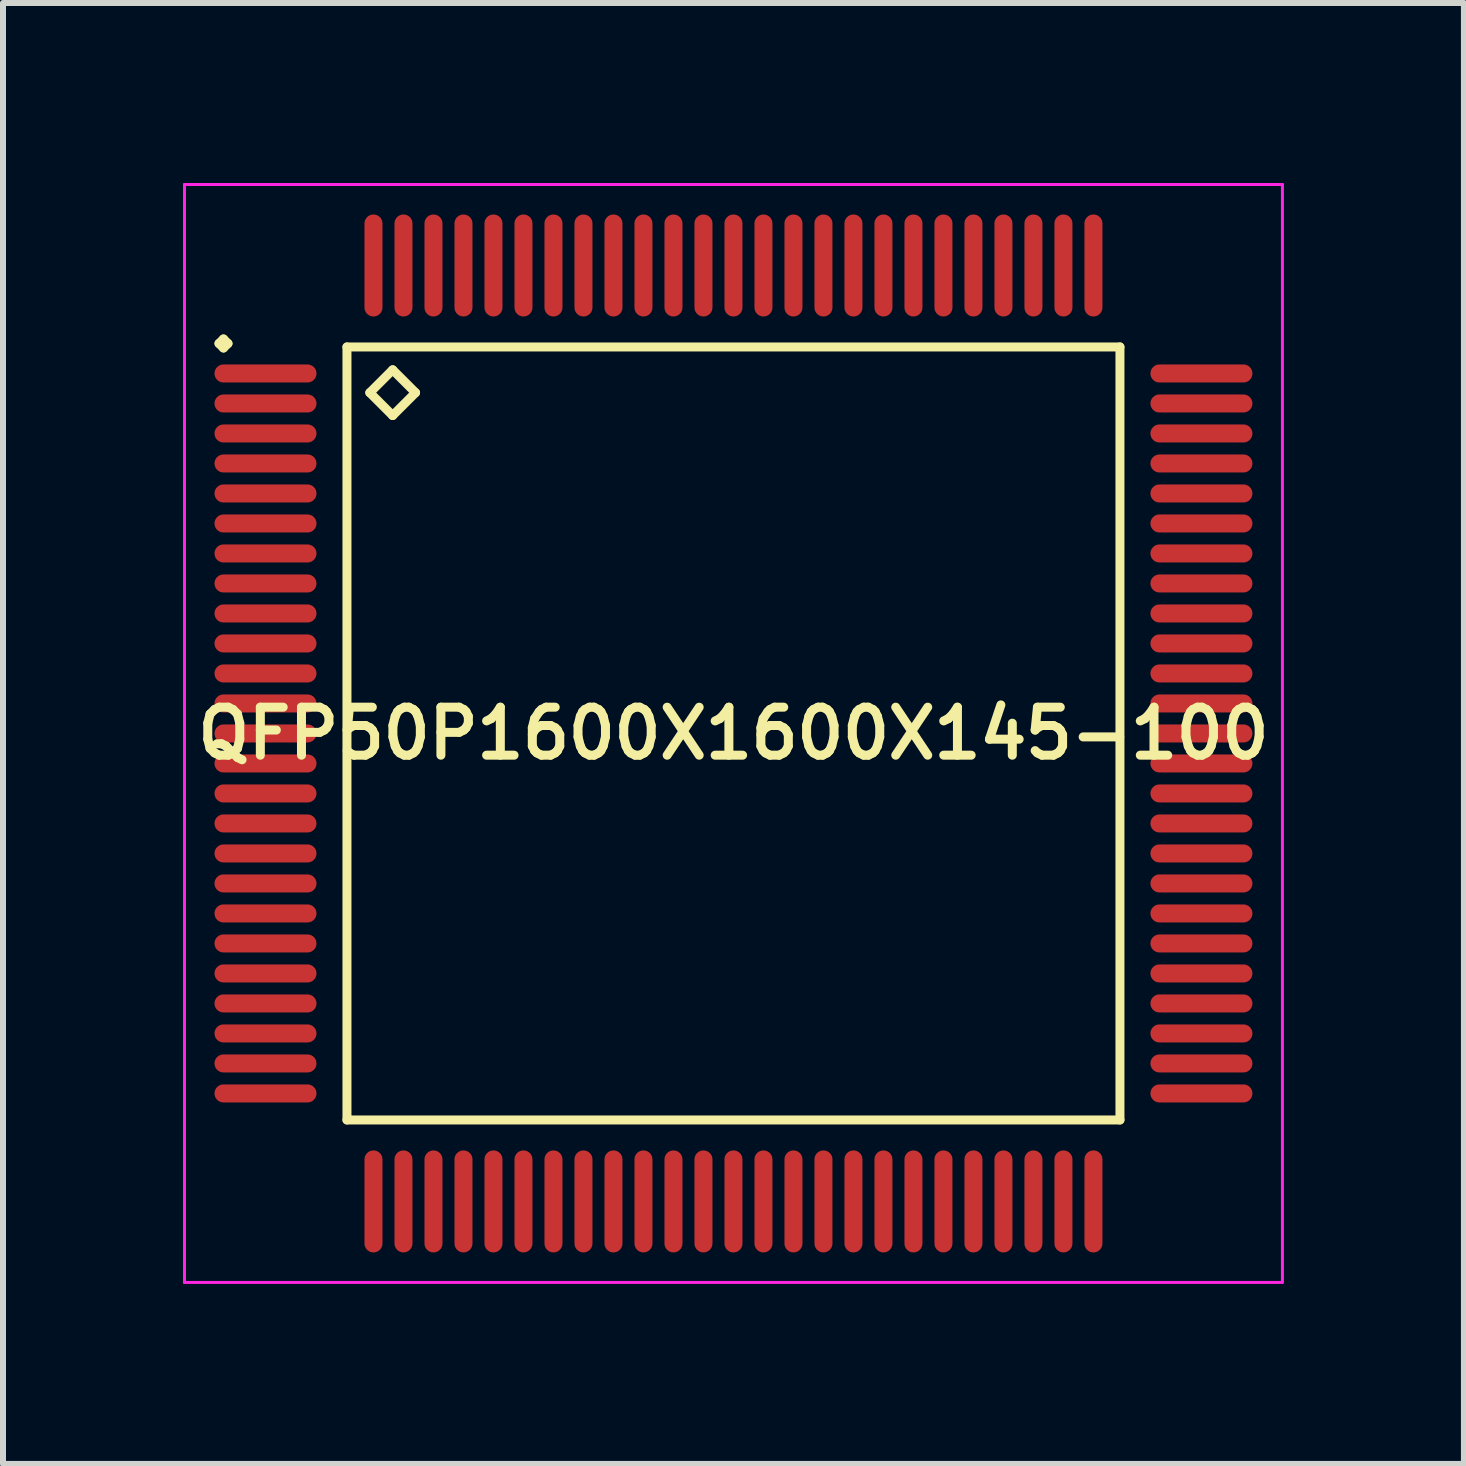
<source format=kicad_pcb>
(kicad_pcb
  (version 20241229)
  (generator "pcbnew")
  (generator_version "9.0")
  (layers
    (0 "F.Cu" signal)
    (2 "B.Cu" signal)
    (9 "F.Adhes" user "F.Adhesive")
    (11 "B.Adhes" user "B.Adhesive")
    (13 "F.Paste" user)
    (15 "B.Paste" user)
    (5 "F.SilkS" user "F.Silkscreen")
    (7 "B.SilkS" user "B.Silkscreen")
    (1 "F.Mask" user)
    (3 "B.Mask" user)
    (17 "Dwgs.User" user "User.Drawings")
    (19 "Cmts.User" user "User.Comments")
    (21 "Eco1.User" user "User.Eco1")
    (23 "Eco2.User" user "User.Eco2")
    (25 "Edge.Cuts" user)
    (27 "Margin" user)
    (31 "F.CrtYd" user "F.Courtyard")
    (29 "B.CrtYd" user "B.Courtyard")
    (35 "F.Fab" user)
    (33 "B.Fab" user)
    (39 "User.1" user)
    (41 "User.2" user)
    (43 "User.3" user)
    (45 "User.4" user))
  (footprint "QFP50P1600X1600X145-100"
    (layer "F.Cu")
    (at 9.175 9.175)
    (property "Reference" "QFP50P1600X1600X145-100" (at 0 0 0) (layer "F.SilkS") (effects (font (size 0.8 0.8) (thickness 0.15))))
    (attr smd)
    (fp_line (start -8.575 -6.5) (end -8.5 -6.575) (stroke (width 0.15) (type solid)) (layer "F.SilkS"))
    (fp_line (start -8.5 -6.575) (end -8.425 -6.5) (stroke (width 0.15) (type solid)) (layer "F.SilkS"))
    (fp_line (start -8.5 -6.425) (end -8.575 -6.5) (stroke (width 0.15) (type solid)) (layer "F.SilkS"))
    (fp_line (start -8.425 -6.5) (end -8.5 -6.425) (stroke (width 0.15) (type solid)) (layer "F.SilkS"))
    (fp_line (start -6.442 -6.442) (end -6.442 6.442) (stroke (width 0.15) (type solid)) (layer "F.SilkS"))
    (fp_line (start -6.442 6.442) (end 6.442 6.442) (stroke (width 0.15) (type solid)) (layer "F.SilkS"))
    (fp_line (start -6.061 -5.68) (end -5.68 -6.061) (stroke (width 0.15) (type solid)) (layer "F.SilkS"))
    (fp_line (start -5.68 -6.061) (end -5.299 -5.68) (stroke (width 0.15) (type solid)) (layer "F.SilkS"))
    (fp_line (start -5.68 -5.299) (end -6.061 -5.68) (stroke (width 0.15) (type solid)) (layer "F.SilkS"))
    (fp_line (start -5.299 -5.68) (end -5.68 -5.299) (stroke (width 0.15) (type solid)) (layer "F.SilkS"))
    (fp_line (start 6.442 -6.442) (end -6.442 -6.442) (stroke (width 0.15) (type solid)) (layer "F.SilkS"))
    (fp_line (start 6.442 6.442) (end 6.442 -6.442) (stroke (width 0.15) (type solid)) (layer "F.SilkS"))
    (fp_line (start -9.15 -9.15) (end 9.15 -9.15) (stroke (width 0.05) (type solid)) (layer "F.CrtYd"))
    (fp_line (start -9.15 9.15) (end -9.15 -9.15) (stroke (width 0.05) (type solid)) (layer "F.CrtYd"))
    (fp_line (start 9.15 -9.15) (end 9.15 9.15) (stroke (width 0.05) (type solid)) (layer "F.CrtYd"))
    (fp_line (start 9.15 9.15) (end -9.15 9.15) (stroke (width 0.05) (type solid)) (layer "F.CrtYd"))
    (pad "1" smd oval (at -7.8 -6) (size 1.7 0.3) (layers "F.Cu" "F.Mask" "F.Paste"))
    (pad "2" smd oval (at -7.8 -5.5) (size 1.7 0.3) (layers "F.Cu" "F.Mask" "F.Paste"))
    (pad "3" smd oval (at -7.8 -5) (size 1.7 0.3) (layers "F.Cu" "F.Mask" "F.Paste"))
    (pad "4" smd oval (at -7.8 -4.5) (size 1.7 0.3) (layers "F.Cu" "F.Mask" "F.Paste"))
    (pad "5" smd oval (at -7.8 -4) (size 1.7 0.3) (layers "F.Cu" "F.Mask" "F.Paste"))
    (pad "6" smd oval (at -7.8 -3.5) (size 1.7 0.3) (layers "F.Cu" "F.Mask" "F.Paste"))
    (pad "7" smd oval (at -7.8 -3) (size 1.7 0.3) (layers "F.Cu" "F.Mask" "F.Paste"))
    (pad "8" smd oval (at -7.8 -2.5) (size 1.7 0.3) (layers "F.Cu" "F.Mask" "F.Paste"))
    (pad "9" smd oval (at -7.8 -2) (size 1.7 0.3) (layers "F.Cu" "F.Mask" "F.Paste"))
    (pad "10" smd oval (at -7.8 -1.5) (size 1.7 0.3) (layers "F.Cu" "F.Mask" "F.Paste"))
    (pad "11" smd oval (at -7.8 -1) (size 1.7 0.3) (layers "F.Cu" "F.Mask" "F.Paste"))
    (pad "12" smd oval (at -7.8 -0.5) (size 1.7 0.3) (layers "F.Cu" "F.Mask" "F.Paste"))
    (pad "13" smd oval (at -7.8 0) (size 1.7 0.3) (layers "F.Cu" "F.Mask" "F.Paste"))
    (pad "14" smd oval (at -7.8 0.5) (size 1.7 0.3) (layers "F.Cu" "F.Mask" "F.Paste"))
    (pad "15" smd oval (at -7.8 1) (size 1.7 0.3) (layers "F.Cu" "F.Mask" "F.Paste"))
    (pad "16" smd oval (at -7.8 1.5) (size 1.7 0.3) (layers "F.Cu" "F.Mask" "F.Paste"))
    (pad "17" smd oval (at -7.8 2) (size 1.7 0.3) (layers "F.Cu" "F.Mask" "F.Paste"))
    (pad "18" smd oval (at -7.8 2.5) (size 1.7 0.3) (layers "F.Cu" "F.Mask" "F.Paste"))
    (pad "19" smd oval (at -7.8 3) (size 1.7 0.3) (layers "F.Cu" "F.Mask" "F.Paste"))
    (pad "20" smd oval (at -7.8 3.5) (size 1.7 0.3) (layers "F.Cu" "F.Mask" "F.Paste"))
    (pad "21" smd oval (at -7.8 4) (size 1.7 0.3) (layers "F.Cu" "F.Mask" "F.Paste"))
    (pad "22" smd oval (at -7.8 4.5) (size 1.7 0.3) (layers "F.Cu" "F.Mask" "F.Paste"))
    (pad "23" smd oval (at -7.8 5) (size 1.7 0.3) (layers "F.Cu" "F.Mask" "F.Paste"))
    (pad "24" smd oval (at -7.8 5.5) (size 1.7 0.3) (layers "F.Cu" "F.Mask" "F.Paste"))
    (pad "25" smd oval (at -7.8 6) (size 1.7 0.3) (layers "F.Cu" "F.Mask" "F.Paste"))
    (pad "26" smd oval (at -6 7.8) (size 0.3 1.7) (layers "F.Cu" "F.Mask" "F.Paste"))
    (pad "27" smd oval (at -5.5 7.8) (size 0.3 1.7) (layers "F.Cu" "F.Mask" "F.Paste"))
    (pad "28" smd oval (at -5 7.8) (size 0.3 1.7) (layers "F.Cu" "F.Mask" "F.Paste"))
    (pad "29" smd oval (at -4.5 7.8) (size 0.3 1.7) (layers "F.Cu" "F.Mask" "F.Paste"))
    (pad "30" smd oval (at -4 7.8) (size 0.3 1.7) (layers "F.Cu" "F.Mask" "F.Paste"))
    (pad "31" smd oval (at -3.5 7.8) (size 0.3 1.7) (layers "F.Cu" "F.Mask" "F.Paste"))
    (pad "32" smd oval (at -3 7.8) (size 0.3 1.7) (layers "F.Cu" "F.Mask" "F.Paste"))
    (pad "33" smd oval (at -2.5 7.8) (size 0.3 1.7) (layers "F.Cu" "F.Mask" "F.Paste"))
    (pad "34" smd oval (at -2 7.8) (size 0.3 1.7) (layers "F.Cu" "F.Mask" "F.Paste"))
    (pad "35" smd oval (at -1.5 7.8) (size 0.3 1.7) (layers "F.Cu" "F.Mask" "F.Paste"))
    (pad "36" smd oval (at -1 7.8) (size 0.3 1.7) (layers "F.Cu" "F.Mask" "F.Paste"))
    (pad "37" smd oval (at -0.5 7.8) (size 0.3 1.7) (layers "F.Cu" "F.Mask" "F.Paste"))
    (pad "38" smd oval (at 0 7.8) (size 0.3 1.7) (layers "F.Cu" "F.Mask" "F.Paste"))
    (pad "39" smd oval (at 0.5 7.8) (size 0.3 1.7) (layers "F.Cu" "F.Mask" "F.Paste"))
    (pad "40" smd oval (at 1 7.8) (size 0.3 1.7) (layers "F.Cu" "F.Mask" "F.Paste"))
    (pad "41" smd oval (at 1.5 7.8) (size 0.3 1.7) (layers "F.Cu" "F.Mask" "F.Paste"))
    (pad "42" smd oval (at 2 7.8) (size 0.3 1.7) (layers "F.Cu" "F.Mask" "F.Paste"))
    (pad "43" smd oval (at 2.5 7.8) (size 0.3 1.7) (layers "F.Cu" "F.Mask" "F.Paste"))
    (pad "44" smd oval (at 3 7.8) (size 0.3 1.7) (layers "F.Cu" "F.Mask" "F.Paste"))
    (pad "45" smd oval (at 3.5 7.8) (size 0.3 1.7) (layers "F.Cu" "F.Mask" "F.Paste"))
    (pad "46" smd oval (at 4 7.8) (size 0.3 1.7) (layers "F.Cu" "F.Mask" "F.Paste"))
    (pad "47" smd oval (at 4.5 7.8) (size 0.3 1.7) (layers "F.Cu" "F.Mask" "F.Paste"))
    (pad "48" smd oval (at 5 7.8) (size 0.3 1.7) (layers "F.Cu" "F.Mask" "F.Paste"))
    (pad "49" smd oval (at 5.5 7.8) (size 0.3 1.7) (layers "F.Cu" "F.Mask" "F.Paste"))
    (pad "50" smd oval (at 6 7.8) (size 0.3 1.7) (layers "F.Cu" "F.Mask" "F.Paste"))
    (pad "51" smd oval (at 7.8 6) (size 1.7 0.3) (layers "F.Cu" "F.Mask" "F.Paste"))
    (pad "52" smd oval (at 7.8 5.5) (size 1.7 0.3) (layers "F.Cu" "F.Mask" "F.Paste"))
    (pad "53" smd oval (at 7.8 5) (size 1.7 0.3) (layers "F.Cu" "F.Mask" "F.Paste"))
    (pad "54" smd oval (at 7.8 4.5) (size 1.7 0.3) (layers "F.Cu" "F.Mask" "F.Paste"))
    (pad "55" smd oval (at 7.8 4) (size 1.7 0.3) (layers "F.Cu" "F.Mask" "F.Paste"))
    (pad "56" smd oval (at 7.8 3.5) (size 1.7 0.3) (layers "F.Cu" "F.Mask" "F.Paste"))
    (pad "57" smd oval (at 7.8 3) (size 1.7 0.3) (layers "F.Cu" "F.Mask" "F.Paste"))
    (pad "58" smd oval (at 7.8 2.5) (size 1.7 0.3) (layers "F.Cu" "F.Mask" "F.Paste"))
    (pad "59" smd oval (at 7.8 2) (size 1.7 0.3) (layers "F.Cu" "F.Mask" "F.Paste"))
    (pad "60" smd oval (at 7.8 1.5) (size 1.7 0.3) (layers "F.Cu" "F.Mask" "F.Paste"))
    (pad "61" smd oval (at 7.8 1) (size 1.7 0.3) (layers "F.Cu" "F.Mask" "F.Paste"))
    (pad "62" smd oval (at 7.8 0.5) (size 1.7 0.3) (layers "F.Cu" "F.Mask" "F.Paste"))
    (pad "63" smd oval (at 7.8 0) (size 1.7 0.3) (layers "F.Cu" "F.Mask" "F.Paste"))
    (pad "64" smd oval (at 7.8 -0.5) (size 1.7 0.3) (layers "F.Cu" "F.Mask" "F.Paste"))
    (pad "65" smd oval (at 7.8 -1) (size 1.7 0.3) (layers "F.Cu" "F.Mask" "F.Paste"))
    (pad "66" smd oval (at 7.8 -1.5) (size 1.7 0.3) (layers "F.Cu" "F.Mask" "F.Paste"))
    (pad "67" smd oval (at 7.8 -2) (size 1.7 0.3) (layers "F.Cu" "F.Mask" "F.Paste"))
    (pad "68" smd oval (at 7.8 -2.5) (size 1.7 0.3) (layers "F.Cu" "F.Mask" "F.Paste"))
    (pad "69" smd oval (at 7.8 -3) (size 1.7 0.3) (layers "F.Cu" "F.Mask" "F.Paste"))
    (pad "70" smd oval (at 7.8 -3.5) (size 1.7 0.3) (layers "F.Cu" "F.Mask" "F.Paste"))
    (pad "71" smd oval (at 7.8 -4) (size 1.7 0.3) (layers "F.Cu" "F.Mask" "F.Paste"))
    (pad "72" smd oval (at 7.8 -4.5) (size 1.7 0.3) (layers "F.Cu" "F.Mask" "F.Paste"))
    (pad "73" smd oval (at 7.8 -5) (size 1.7 0.3) (layers "F.Cu" "F.Mask" "F.Paste"))
    (pad "74" smd oval (at 7.8 -5.5) (size 1.7 0.3) (layers "F.Cu" "F.Mask" "F.Paste"))
    (pad "75" smd oval (at 7.8 -6) (size 1.7 0.3) (layers "F.Cu" "F.Mask" "F.Paste"))
    (pad "76" smd oval (at 6 -7.8) (size 0.3 1.7) (layers "F.Cu" "F.Mask" "F.Paste"))
    (pad "77" smd oval (at 5.5 -7.8) (size 0.3 1.7) (layers "F.Cu" "F.Mask" "F.Paste"))
    (pad "78" smd oval (at 5 -7.8) (size 0.3 1.7) (layers "F.Cu" "F.Mask" "F.Paste"))
    (pad "79" smd oval (at 4.5 -7.8) (size 0.3 1.7) (layers "F.Cu" "F.Mask" "F.Paste"))
    (pad "80" smd oval (at 4 -7.8) (size 0.3 1.7) (layers "F.Cu" "F.Mask" "F.Paste"))
    (pad "81" smd oval (at 3.5 -7.8) (size 0.3 1.7) (layers "F.Cu" "F.Mask" "F.Paste"))
    (pad "82" smd oval (at 3 -7.8) (size 0.3 1.7) (layers "F.Cu" "F.Mask" "F.Paste"))
    (pad "83" smd oval (at 2.5 -7.8) (size 0.3 1.7) (layers "F.Cu" "F.Mask" "F.Paste"))
    (pad "84" smd oval (at 2 -7.8) (size 0.3 1.7) (layers "F.Cu" "F.Mask" "F.Paste"))
    (pad "85" smd oval (at 1.5 -7.8) (size 0.3 1.7) (layers "F.Cu" "F.Mask" "F.Paste"))
    (pad "86" smd oval (at 1 -7.8) (size 0.3 1.7) (layers "F.Cu" "F.Mask" "F.Paste"))
    (pad "87" smd oval (at 0.5 -7.8) (size 0.3 1.7) (layers "F.Cu" "F.Mask" "F.Paste"))
    (pad "88" smd oval (at 0 -7.8) (size 0.3 1.7) (layers "F.Cu" "F.Mask" "F.Paste"))
    (pad "89" smd oval (at -0.5 -7.8) (size 0.3 1.7) (layers "F.Cu" "F.Mask" "F.Paste"))
    (pad "90" smd oval (at -1 -7.8) (size 0.3 1.7) (layers "F.Cu" "F.Mask" "F.Paste"))
    (pad "91" smd oval (at -1.5 -7.8) (size 0.3 1.7) (layers "F.Cu" "F.Mask" "F.Paste"))
    (pad "92" smd oval (at -2 -7.8) (size 0.3 1.7) (layers "F.Cu" "F.Mask" "F.Paste"))
    (pad "93" smd oval (at -2.5 -7.8) (size 0.3 1.7) (layers "F.Cu" "F.Mask" "F.Paste"))
    (pad "94" smd oval (at -3 -7.8) (size 0.3 1.7) (layers "F.Cu" "F.Mask" "F.Paste"))
    (pad "95" smd oval (at -3.5 -7.8) (size 0.3 1.7) (layers "F.Cu" "F.Mask" "F.Paste"))
    (pad "96" smd oval (at -4 -7.8) (size 0.3 1.7) (layers "F.Cu" "F.Mask" "F.Paste"))
    (pad "97" smd oval (at -4.5 -7.8) (size 0.3 1.7) (layers "F.Cu" "F.Mask" "F.Paste"))
    (pad "98" smd oval (at -5 -7.8) (size 0.3 1.7) (layers "F.Cu" "F.Mask" "F.Paste"))
    (pad "99" smd oval (at -5.5 -7.8) (size 0.3 1.7) (layers "F.Cu" "F.Mask" "F.Paste"))
    (pad "100" smd oval (at -6 -7.8) (size 0.3 1.7) (layers "F.Cu" "F.Mask" "F.Paste")))
  (gr_rect
    (start -3 -3)
    (end 21.35 21.35)
    (stroke (width 0.1) (type default))
    (fill no)
    (layer "Edge.Cuts")))
</source>
